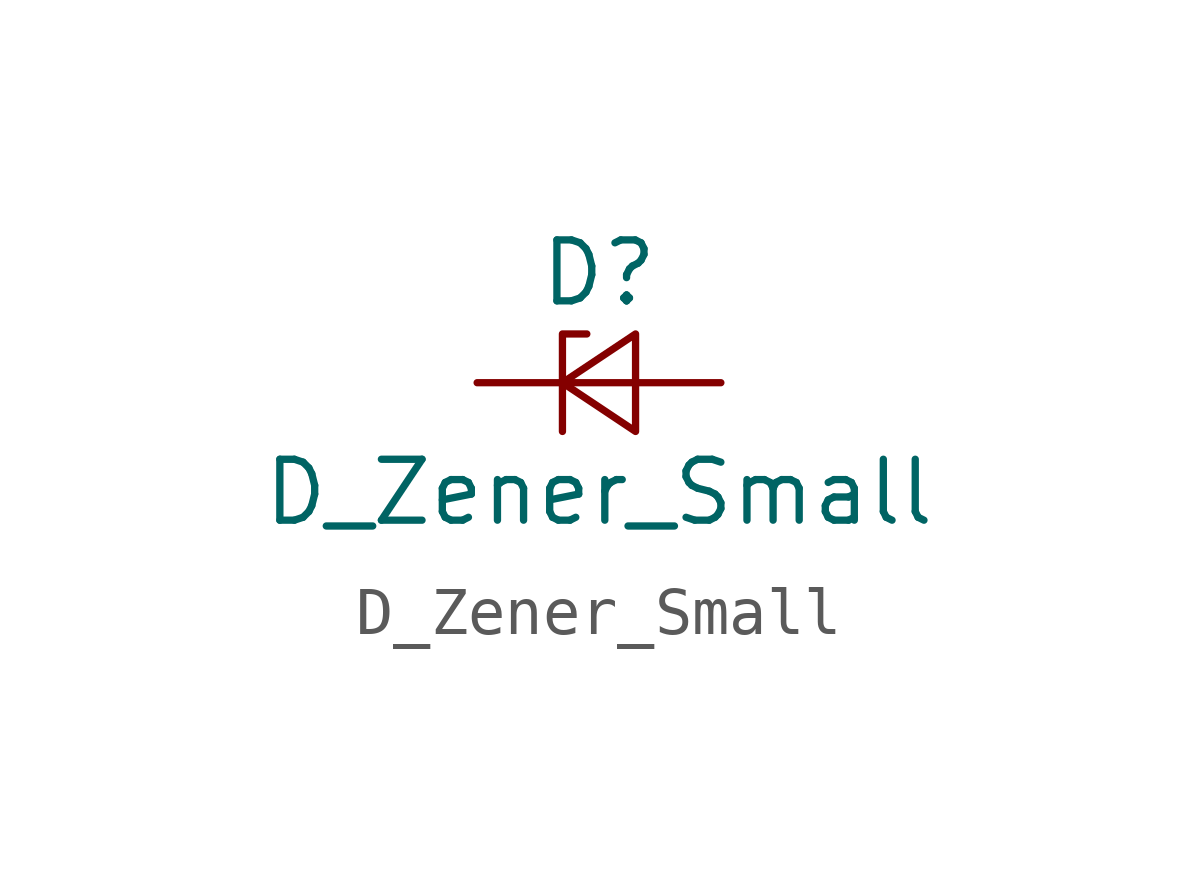
<source format=kicad_sym>
(kicad_symbol_lib
  (version 20220914)
  (generator kicad_symbol_editor)
  (symbol "D_Zener_Small"
    (pin_numbers hide)
    (pin_names
      (offset 0.254) hide)
    (property "Reference" "D"
      (at 0 2.286 0)
      (effects (font (size 1.27 1.27))))
    (property "Value" "D_Zener_Small"
      (at 0 -2.286 0)
      (effects (font (size 1.27 1.27))))
    (symbol "D_Zener_Small_0_1"
      (polyline (pts (xy 0.762 0) (xy -0.762 0)) (stroke (width 0) (type solid)) (fill (type none)))
      (polyline (pts (xy -0.254 1.016) (xy -0.762 1.016) (xy -0.762 -1.016)) (stroke (width 0) (type solid)) (fill (type none)))
      (polyline (pts (xy 0.762 1.016) (xy -0.762 0) (xy 0.762 -1.016) (xy 0.762 1.016)) (stroke (width 0) (type solid)) (fill (type none))))
    (symbol "D_Zener_Small_1_1"
      (pin passive line (at -2.54 0 0) (length 1.778) (name "K" (effects (font (size 1.27 1.27)))) (number "1" (effects (font (size 1.27 1.27)))))
      (pin passive line (at 2.54 0 180) (length 1.778) (name "A" (effects (font (size 1.27 1.27)))) (number "2" (effects (font (size 1.27 1.27))))))))
</source>
